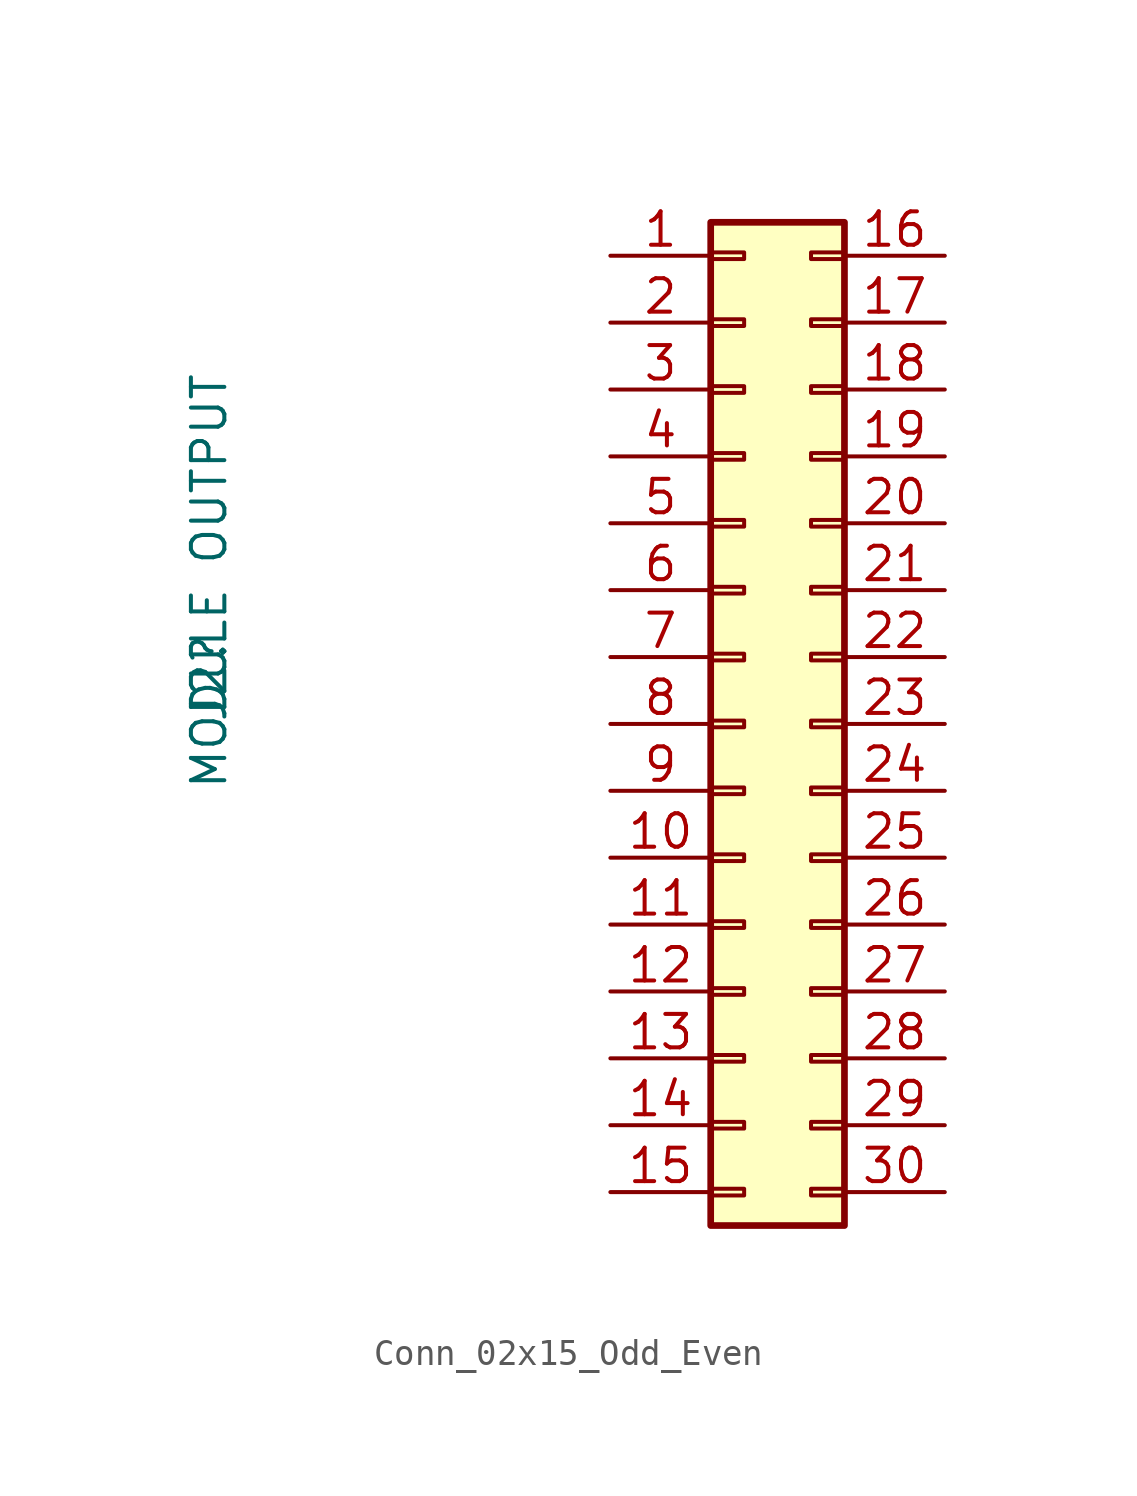
<source format=kicad_sym>
(kicad_symbol_lib
  (version 20211014)
  (generator kicad_symbol_editor)
  (symbol "Conn_02x15_Odd_Even"
    (pin_names
      (offset 1.016) hide)
    (property "Reference" "J2"
      (at -20.32 0.0001 90)
      (effects (font (size 1.27 1.27)) (justify left)))
    (property "Value" "MODULE OUTPUT"
      (at -20.32 -2.54 90)
      (effects (font (size 1.27 1.27)) (justify left)))
    (symbol "Conn_02x15_Odd_Even_1_1"
      (rectangle (start -1.27 -17.653) (end 0 -17.907) (stroke (width 0.152) (type default) (color 0 0 0 0)) (fill (type none)))
      (rectangle (start -1.27 -15.113) (end 0 -15.367) (stroke (width 0.152) (type default) (color 0 0 0 0)) (fill (type none)))
      (rectangle (start -1.27 -12.573) (end 0 -12.827) (stroke (width 0.152) (type default) (color 0 0 0 0)) (fill (type none)))
      (rectangle (start -1.27 -10.033) (end 0 -10.287) (stroke (width 0.152) (type default) (color 0 0 0 0)) (fill (type none)))
      (rectangle (start -1.27 -7.493) (end 0 -7.747) (stroke (width 0.152) (type default) (color 0 0 0 0)) (fill (type none)))
      (rectangle (start -1.27 -4.953) (end 0 -5.207) (stroke (width 0.152) (type default) (color 0 0 0 0)) (fill (type none)))
      (rectangle (start -1.27 -2.413) (end 0 -2.667) (stroke (width 0.152) (type default) (color 0 0 0 0)) (fill (type none)))
      (rectangle (start -1.27 0.127) (end 0 -0.127) (stroke (width 0.152) (type default) (color 0 0 0 0)) (fill (type none)))
      (rectangle (start -1.27 2.667) (end 0 2.413) (stroke (width 0.152) (type default) (color 0 0 0 0)) (fill (type none)))
      (rectangle (start -1.27 5.207) (end 0 4.953) (stroke (width 0.152) (type default) (color 0 0 0 0)) (fill (type none)))
      (rectangle (start -1.27 7.747) (end 0 7.493) (stroke (width 0.152) (type default) (color 0 0 0 0)) (fill (type none)))
      (rectangle (start -1.27 10.287) (end 0 10.033) (stroke (width 0.152) (type default) (color 0 0 0 0)) (fill (type none)))
      (rectangle (start -1.27 12.827) (end 0 12.573) (stroke (width 0.152) (type default) (color 0 0 0 0)) (fill (type none)))
      (rectangle (start -1.27 15.367) (end 0 15.113) (stroke (width 0.152) (type default) (color 0 0 0 0)) (fill (type none)))
      (rectangle (start -1.27 17.907) (end 0 17.653) (stroke (width 0.152) (type default) (color 0 0 0 0)) (fill (type none)))
      (rectangle (start -1.27 19.05) (end 3.81 -19.05) (stroke (width 0.254) (type default) (color 0 0 0 0)) (fill (type background)))
      (rectangle (start 3.81 -17.653) (end 2.54 -17.907) (stroke (width 0.152) (type default) (color 0 0 0 0)) (fill (type none)))
      (rectangle (start 3.81 -15.113) (end 2.54 -15.367) (stroke (width 0.152) (type default) (color 0 0 0 0)) (fill (type none)))
      (rectangle (start 3.81 -12.573) (end 2.54 -12.827) (stroke (width 0.152) (type default) (color 0 0 0 0)) (fill (type none)))
      (rectangle (start 3.81 -10.033) (end 2.54 -10.287) (stroke (width 0.152) (type default) (color 0 0 0 0)) (fill (type none)))
      (rectangle (start 3.81 -7.493) (end 2.54 -7.747) (stroke (width 0.152) (type default) (color 0 0 0 0)) (fill (type none)))
      (rectangle (start 3.81 -4.953) (end 2.54 -5.207) (stroke (width 0.152) (type default) (color 0 0 0 0)) (fill (type none)))
      (rectangle (start 3.81 -2.413) (end 2.54 -2.667) (stroke (width 0.152) (type default) (color 0 0 0 0)) (fill (type none)))
      (rectangle (start 3.81 0.127) (end 2.54 -0.127) (stroke (width 0.152) (type default) (color 0 0 0 0)) (fill (type none)))
      (rectangle (start 3.81 2.667) (end 2.54 2.413) (stroke (width 0.152) (type default) (color 0 0 0 0)) (fill (type none)))
      (rectangle (start 3.81 5.207) (end 2.54 4.953) (stroke (width 0.152) (type default) (color 0 0 0 0)) (fill (type none)))
      (rectangle (start 3.81 7.747) (end 2.54 7.493) (stroke (width 0.152) (type default) (color 0 0 0 0)) (fill (type none)))
      (rectangle (start 3.81 10.287) (end 2.54 10.033) (stroke (width 0.152) (type default) (color 0 0 0 0)) (fill (type none)))
      (rectangle (start 3.81 12.827) (end 2.54 12.573) (stroke (width 0.152) (type default) (color 0 0 0 0)) (fill (type none)))
      (rectangle (start 3.81 15.367) (end 2.54 15.113) (stroke (width 0.152) (type default) (color 0 0 0 0)) (fill (type none)))
      (rectangle (start 3.81 17.907) (end 2.54 17.653) (stroke (width 0.152) (type default) (color 0 0 0 0)) (fill (type none)))
      (pin passive line (at -5.08 17.78 0) (length 3.81) (name "Pin_1" (effects (font (size 1.27 1.27)))) (number "1" (effects (font (size 1.27 1.27)))))
      (pin passive line (at -5.08 -5.08 0) (length 3.81) (name "Pin_10" (effects (font (size 1.27 1.27)))) (number "10" (effects (font (size 1.27 1.27)))))
      (pin passive line (at -5.08 -7.62 0) (length 3.81) (name "Pin_11" (effects (font (size 1.27 1.27)))) (number "11" (effects (font (size 1.27 1.27)))))
      (pin passive line (at -5.08 -10.16 0) (length 3.81) (name "Pin_12" (effects (font (size 1.27 1.27)))) (number "12" (effects (font (size 1.27 1.27)))))
      (pin passive line (at -5.08 -12.7 0) (length 3.81) (name "Pin_13" (effects (font (size 1.27 1.27)))) (number "13" (effects (font (size 1.27 1.27)))))
      (pin passive line (at -5.08 -15.24 0) (length 3.81) (name "Pin_14" (effects (font (size 1.27 1.27)))) (number "14" (effects (font (size 1.27 1.27)))))
      (pin passive line (at -5.08 -17.78 0) (length 3.81) (name "Pin_15" (effects (font (size 1.27 1.27)))) (number "15" (effects (font (size 1.27 1.27)))))
      (pin passive line (at 7.62 17.78 180) (length 3.81) (name "Pin_16" (effects (font (size 1.27 1.27)))) (number "16" (effects (font (size 1.27 1.27)))))
      (pin passive line (at 7.62 15.24 180) (length 3.81) (name "Pin_17" (effects (font (size 1.27 1.27)))) (number "17" (effects (font (size 1.27 1.27)))))
      (pin passive line (at 7.62 12.7 180) (length 3.81) (name "Pin_18" (effects (font (size 1.27 1.27)))) (number "18" (effects (font (size 1.27 1.27)))))
      (pin passive line (at 7.62 10.16 180) (length 3.81) (name "Pin_19" (effects (font (size 1.27 1.27)))) (number "19" (effects (font (size 1.27 1.27)))))
      (pin passive line (at -5.08 15.24 0) (length 3.81) (name "Pin_2" (effects (font (size 1.27 1.27)))) (number "2" (effects (font (size 1.27 1.27)))))
      (pin passive line (at 7.62 7.62 180) (length 3.81) (name "Pin_20" (effects (font (size 1.27 1.27)))) (number "20" (effects (font (size 1.27 1.27)))))
      (pin passive line (at 7.62 5.08 180) (length 3.81) (name "Pin_21" (effects (font (size 1.27 1.27)))) (number "21" (effects (font (size 1.27 1.27)))))
      (pin passive line (at 7.62 2.54 180) (length 3.81) (name "Pin_22" (effects (font (size 1.27 1.27)))) (number "22" (effects (font (size 1.27 1.27)))))
      (pin passive line (at 7.62 0 180) (length 3.81) (name "Pin_23" (effects (font (size 1.27 1.27)))) (number "23" (effects (font (size 1.27 1.27)))))
      (pin passive line (at 7.62 -2.54 180) (length 3.81) (name "Pin_24" (effects (font (size 1.27 1.27)))) (number "24" (effects (font (size 1.27 1.27)))))
      (pin passive line (at 7.62 -5.08 180) (length 3.81) (name "Pin_25" (effects (font (size 1.27 1.27)))) (number "25" (effects (font (size 1.27 1.27)))))
      (pin passive line (at 7.62 -7.62 180) (length 3.81) (name "Pin_26" (effects (font (size 1.27 1.27)))) (number "26" (effects (font (size 1.27 1.27)))))
      (pin passive line (at 7.62 -10.16 180) (length 3.81) (name "Pin_27" (effects (font (size 1.27 1.27)))) (number "27" (effects (font (size 1.27 1.27)))))
      (pin passive line (at 7.62 -12.7 180) (length 3.81) (name "Pin_28" (effects (font (size 1.27 1.27)))) (number "28" (effects (font (size 1.27 1.27)))))
      (pin passive line (at 7.62 -15.24 180) (length 3.81) (name "Pin_29" (effects (font (size 1.27 1.27)))) (number "29" (effects (font (size 1.27 1.27)))))
      (pin passive line (at -5.08 12.7 0) (length 3.81) (name "Pin_3" (effects (font (size 1.27 1.27)))) (number "3" (effects (font (size 1.27 1.27)))))
      (pin passive line (at 7.62 -17.78 180) (length 3.81) (name "Pin_30" (effects (font (size 1.27 1.27)))) (number "30" (effects (font (size 1.27 1.27)))))
      (pin passive line (at -5.08 10.16 0) (length 3.81) (name "Pin_4" (effects (font (size 1.27 1.27)))) (number "4" (effects (font (size 1.27 1.27)))))
      (pin passive line (at -5.08 7.62 0) (length 3.81) (name "Pin_5" (effects (font (size 1.27 1.27)))) (number "5" (effects (font (size 1.27 1.27)))))
      (pin passive line (at -5.08 5.08 0) (length 3.81) (name "Pin_6" (effects (font (size 1.27 1.27)))) (number "6" (effects (font (size 1.27 1.27)))))
      (pin passive line (at -5.08 2.54 0) (length 3.81) (name "Pin_7" (effects (font (size 1.27 1.27)))) (number "7" (effects (font (size 1.27 1.27)))))
      (pin passive line (at -5.08 0 0) (length 3.81) (name "Pin_8" (effects (font (size 1.27 1.27)))) (number "8" (effects (font (size 1.27 1.27)))))
      (pin passive line (at -5.08 -2.54 0) (length 3.81) (name "Pin_9" (effects (font (size 1.27 1.27)))) (number "9" (effects (font (size 1.27 1.27))))))))
</source>
